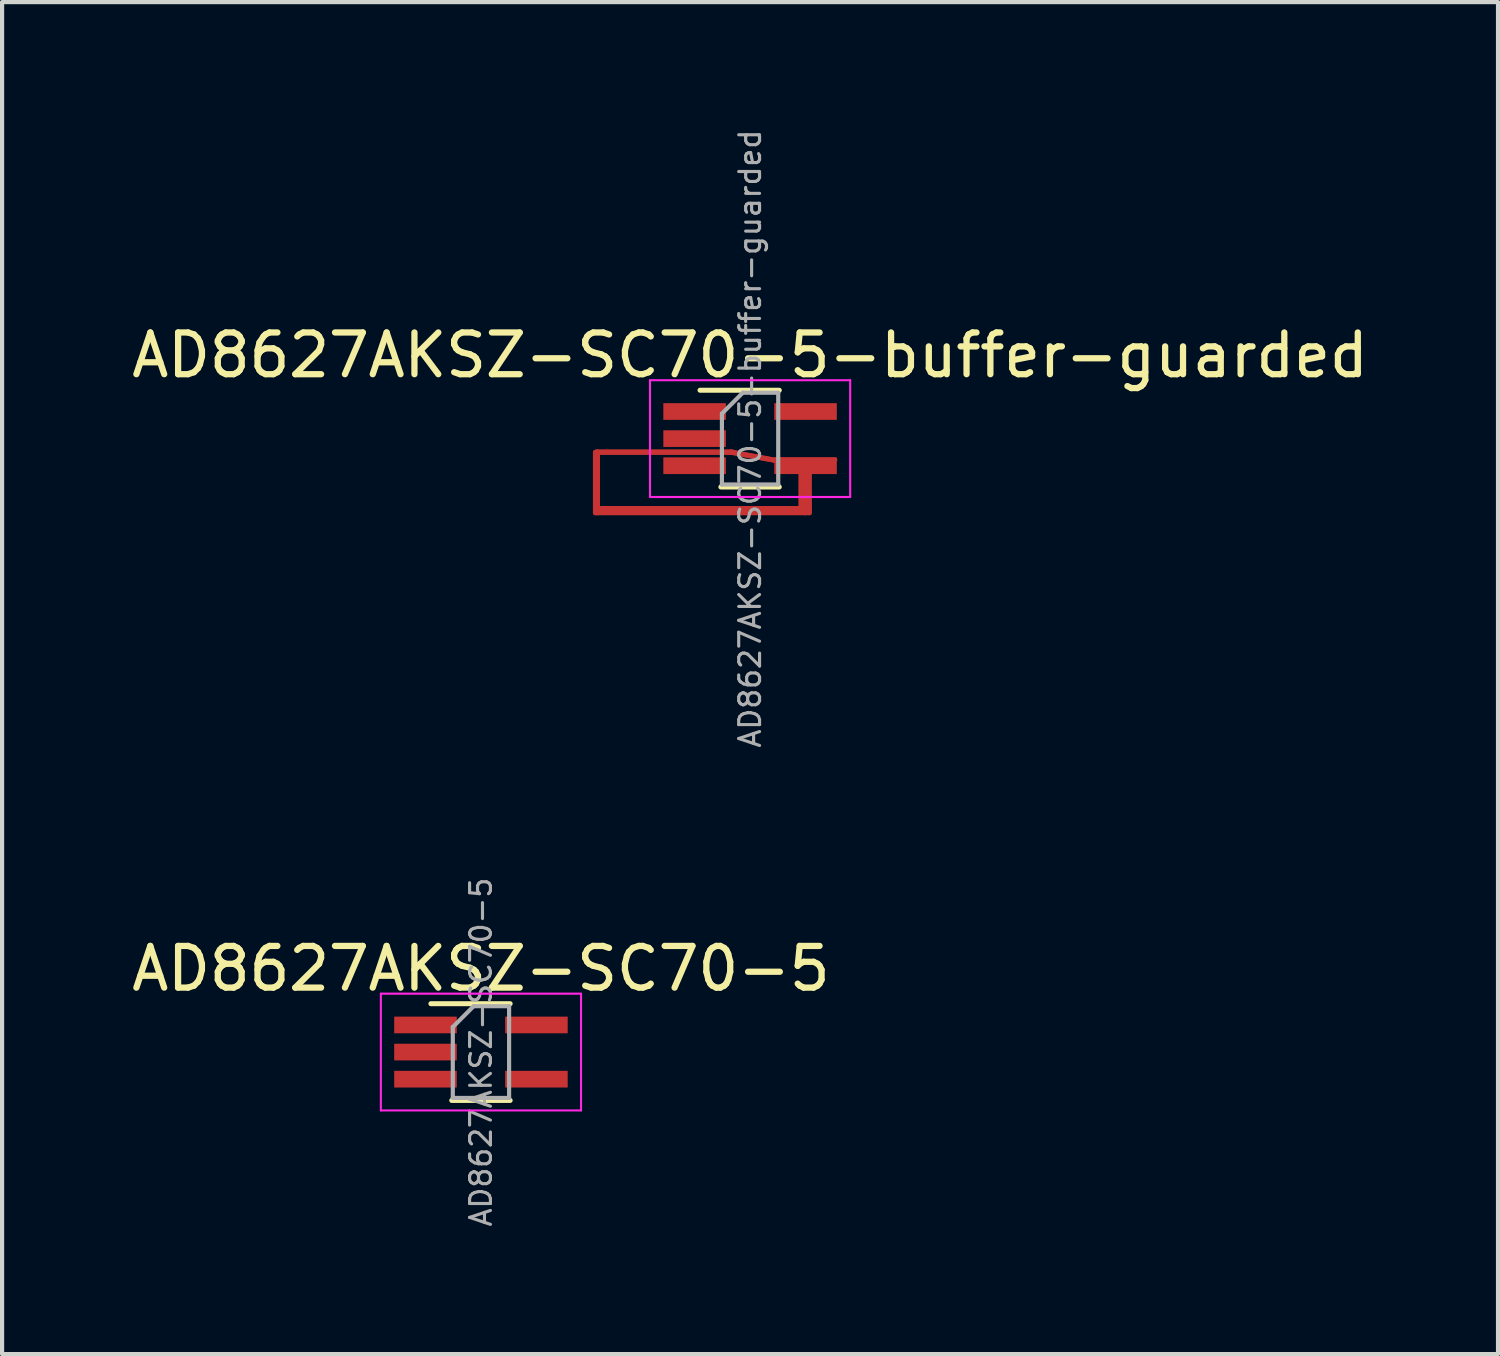
<source format=kicad_pcb>
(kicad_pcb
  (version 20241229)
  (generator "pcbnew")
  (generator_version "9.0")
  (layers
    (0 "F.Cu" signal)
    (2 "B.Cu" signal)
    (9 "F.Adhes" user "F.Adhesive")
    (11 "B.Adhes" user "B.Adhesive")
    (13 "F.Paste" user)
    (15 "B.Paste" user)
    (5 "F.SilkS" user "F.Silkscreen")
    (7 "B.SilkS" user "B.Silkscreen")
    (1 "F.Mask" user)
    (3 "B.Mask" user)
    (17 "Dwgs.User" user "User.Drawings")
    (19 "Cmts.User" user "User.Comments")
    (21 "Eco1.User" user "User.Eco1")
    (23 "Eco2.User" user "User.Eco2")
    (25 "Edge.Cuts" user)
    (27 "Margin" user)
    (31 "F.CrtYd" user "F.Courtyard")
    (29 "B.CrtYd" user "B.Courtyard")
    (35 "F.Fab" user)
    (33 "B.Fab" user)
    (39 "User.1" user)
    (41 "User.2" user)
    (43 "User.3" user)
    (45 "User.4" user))
  (footprint "AD8627AKSZ-SC70-5-buffer-guarded"
    (layer "F.Cu")
    (at 14.935 7.467)
    (property "Reference" "AD8627AKSZ-SC70-5-buffer-guarded" (at 0 -2 0) (layer "F.SilkS") (effects (font (size 1 1) (thickness 0.15))))
    (attr smd)
    (fp_line (start -3.708 0.33) (end -3.708 1.778) (stroke (width 0.12) (type solid)) (layer "F.Cu"))
    (fp_line (start -3.708 0.33) (end -0.457 0.33) (stroke (width 0.12) (type solid)) (layer "F.Cu"))
    (fp_line (start -3.708 1.676) (end 1.219 1.676) (stroke (width 0.12) (type solid)) (layer "F.Cu"))
    (fp_line (start -3.708 1.778) (end 1.422 1.778) (stroke (width 0.12) (type solid)) (layer "F.Cu"))
    (fp_line (start -3.658 0.318) (end -3.658 1.778) (stroke (width 0.12) (type solid)) (layer "F.Cu"))
    (fp_line (start -0.457 0.33) (end 0.66 0.533) (stroke (width 0.12) (type solid)) (layer "F.Cu"))
    (fp_line (start -0.432 0.318) (end -3.683 0.318) (stroke (width 0.12) (type solid)) (layer "F.Cu"))
    (fp_line (start 0.61 0.521) (end -0.457 0.318) (stroke (width 0.12) (type solid)) (layer "F.Cu"))
    (fp_line (start 1.219 0.762) (end 1.422 0.762) (stroke (width 0.12) (type solid)) (layer "F.Cu"))
    (fp_line (start 1.219 1.676) (end 1.219 0.762) (stroke (width 0.12) (type solid)) (layer "F.Cu"))
    (fp_line (start 1.27 0.813) (end 1.321 1.778) (stroke (width 0.12) (type solid)) (layer "F.Cu"))
    (fp_line (start 1.422 0.762) (end 1.422 1.727) (stroke (width 0.12) (type solid)) (layer "F.Cu"))
    (fp_line (start 1.422 1.778) (end 1.372 0.864) (stroke (width 0.12) (type solid)) (layer "F.Cu"))
    (fp_line (start 2.032 0.508) (end 0.61 0.508) (stroke (width 0.12) (type solid)) (layer "F.Cu"))
    (fp_line (start -0.7 1.16) (end 0.7 1.16) (stroke (width 0.12) (type solid)) (layer "F.SilkS"))
    (fp_line (start 0.7 -1.16) (end -1.2 -1.16) (stroke (width 0.12) (type solid)) (layer "F.SilkS"))
    (fp_line (start -2.4 -1.4) (end -2.4 1.4) (stroke (width 0.05) (type solid)) (layer "F.CrtYd"))
    (fp_line (start -2.4 -1.4) (end 2.4 -1.4) (stroke (width 0.05) (type solid)) (layer "F.CrtYd"))
    (fp_line (start -2.4 1.4) (end 2.4 1.4) (stroke (width 0.05) (type solid)) (layer "F.CrtYd"))
    (fp_line (start 2.4 1.4) (end 2.4 -1.4) (stroke (width 0.05) (type solid)) (layer "F.CrtYd"))
    (fp_line (start -0.675 -0.6) (end -0.675 1.1) (stroke (width 0.1) (type solid)) (layer "F.Fab"))
    (fp_line (start -0.175 -1.1) (end -0.675 -0.6) (stroke (width 0.1) (type solid)) (layer "F.Fab"))
    (fp_line (start 0.675 -1.1) (end -0.175 -1.1) (stroke (width 0.1) (type solid)) (layer "F.Fab"))
    (fp_line (start 0.675 -1.1) (end 0.675 1.1) (stroke (width 0.1) (type solid)) (layer "F.Fab"))
    (fp_line (start 0.675 1.1) (end -0.675 1.1) (stroke (width 0.1) (type solid)) (layer "F.Fab"))
    (fp_text user "${REFERENCE}" (at 0 0 90) (layer "F.Fab") (effects (font (size 0.5 0.5) (thickness 0.075))))
    (pad "1" smd rect (at -1.33 -0.65) (size 1.5 0.4) (layers "F.Cu" "F.Mask" "F.Paste"))
    (pad "2" smd rect (at -1.33 0) (size 1.5 0.4) (layers "F.Cu" "F.Mask" "F.Paste"))
    (pad "3" smd rect (at -1.33 0.65) (size 1.5 0.4) (layers "F.Cu" "F.Mask" "F.Paste"))
    (pad "4" smd rect (at 1.33 0.65) (size 1.5 0.4) (layers "F.Cu" "F.Mask" "F.Paste"))
    (pad "5" smd rect (at 1.33 -0.65) (size 1.5 0.4) (layers "F.Cu" "F.Mask" "F.Paste")))
  (footprint "AD8627AKSZ-SC70-5"
    (layer "F.Cu")
    (at 8.482 22.176)
    (property "Reference" "AD8627AKSZ-SC70-5" (at 0 -2 0) (layer "F.SilkS") (effects (font (size 1 1) (thickness 0.15))))
    (attr smd)
    (fp_line (start -0.7 1.16) (end 0.7 1.16) (stroke (width 0.12) (type solid)) (layer "F.SilkS"))
    (fp_line (start 0.7 -1.16) (end -1.2 -1.16) (stroke (width 0.12) (type solid)) (layer "F.SilkS"))
    (fp_line (start -2.4 -1.4) (end -2.4 1.4) (stroke (width 0.05) (type solid)) (layer "F.CrtYd"))
    (fp_line (start -2.4 -1.4) (end 2.4 -1.4) (stroke (width 0.05) (type solid)) (layer "F.CrtYd"))
    (fp_line (start -2.4 1.4) (end 2.4 1.4) (stroke (width 0.05) (type solid)) (layer "F.CrtYd"))
    (fp_line (start 2.4 1.4) (end 2.4 -1.4) (stroke (width 0.05) (type solid)) (layer "F.CrtYd"))
    (fp_line (start -0.675 -0.6) (end -0.675 1.1) (stroke (width 0.1) (type solid)) (layer "F.Fab"))
    (fp_line (start -0.175 -1.1) (end -0.675 -0.6) (stroke (width 0.1) (type solid)) (layer "F.Fab"))
    (fp_line (start 0.675 -1.1) (end -0.175 -1.1) (stroke (width 0.1) (type solid)) (layer "F.Fab"))
    (fp_line (start 0.675 -1.1) (end 0.675 1.1) (stroke (width 0.1) (type solid)) (layer "F.Fab"))
    (fp_line (start 0.675 1.1) (end -0.675 1.1) (stroke (width 0.1) (type solid)) (layer "F.Fab"))
    (fp_text user "${REFERENCE}" (at 0 0 90) (layer "F.Fab") (effects (font (size 0.5 0.5) (thickness 0.075))))
    (pad "1" smd rect (at -1.33 -0.65) (size 1.5 0.4) (layers "F.Cu" "F.Mask" "F.Paste"))
    (pad "2" smd rect (at -1.33 0) (size 1.5 0.4) (layers "F.Cu" "F.Mask" "F.Paste"))
    (pad "3" smd rect (at -1.33 0.65) (size 1.5 0.4) (layers "F.Cu" "F.Mask" "F.Paste"))
    (pad "4" smd rect (at 1.33 0.65) (size 1.5 0.4) (layers "F.Cu" "F.Mask" "F.Paste"))
    (pad "5" smd rect (at 1.33 -0.65) (size 1.5 0.4) (layers "F.Cu" "F.Mask" "F.Paste")))
  (gr_rect
    (start -3 -3)
    (end 32.869 29.417)
    (stroke (width 0.1) (type default))
    (fill no)
    (layer "Edge.Cuts")))
</source>
